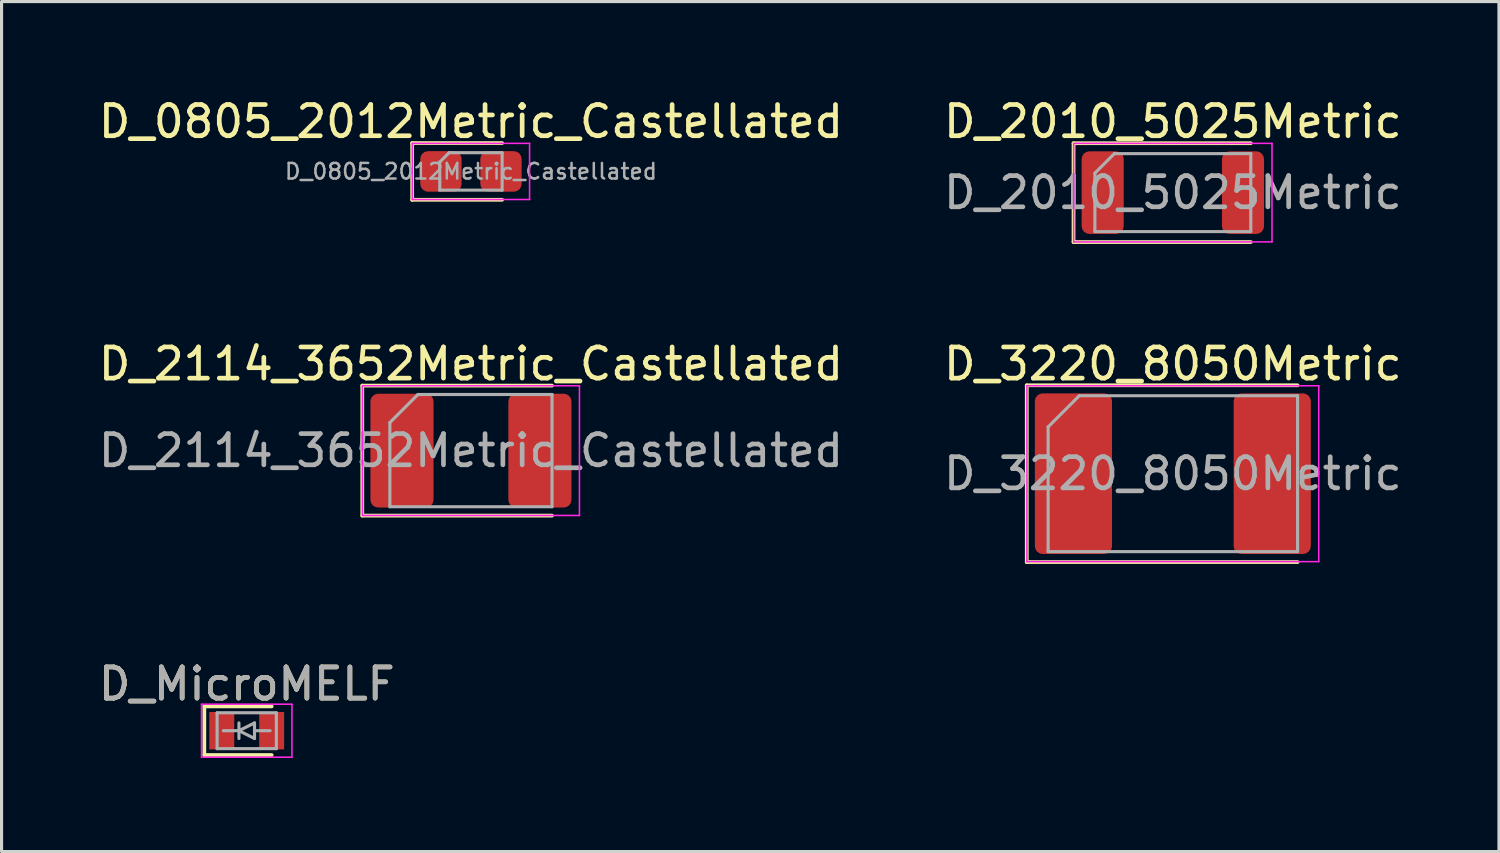
<source format=kicad_pcb>
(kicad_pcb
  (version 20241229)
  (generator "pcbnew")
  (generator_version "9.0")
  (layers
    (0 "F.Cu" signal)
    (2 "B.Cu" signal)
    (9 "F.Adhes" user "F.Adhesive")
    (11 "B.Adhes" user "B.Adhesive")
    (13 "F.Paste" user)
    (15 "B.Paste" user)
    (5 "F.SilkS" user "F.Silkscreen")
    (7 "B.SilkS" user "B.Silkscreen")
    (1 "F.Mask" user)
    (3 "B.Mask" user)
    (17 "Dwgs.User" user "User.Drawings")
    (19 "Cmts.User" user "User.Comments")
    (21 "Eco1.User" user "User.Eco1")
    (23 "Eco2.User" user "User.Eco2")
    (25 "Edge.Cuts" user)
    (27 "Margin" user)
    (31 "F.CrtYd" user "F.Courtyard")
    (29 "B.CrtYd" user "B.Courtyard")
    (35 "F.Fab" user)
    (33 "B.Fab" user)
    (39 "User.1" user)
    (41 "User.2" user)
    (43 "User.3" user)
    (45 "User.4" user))
  (footprint "D_3220_8050Metric"
    (layer "F.Cu")
    (at 34.565 12.142)
    (property "Reference" "D_3220_8050Metric" (at 0 -3.52 0) (layer "F.SilkS") (effects (font (size 1 1) (thickness 0.15))))
    (attr smd)
    (fp_line (start -4.685 -2.835) (end -4.685 2.835) (stroke (width 0.12) (type solid)) (layer "F.SilkS"))
    (fp_line (start -4.685 2.835) (end 4 2.835) (stroke (width 0.12) (type solid)) (layer "F.SilkS"))
    (fp_line (start 4 -2.835) (end -4.685 -2.835) (stroke (width 0.12) (type solid)) (layer "F.SilkS"))
    (fp_line (start -4.68 -2.82) (end 4.68 -2.82) (stroke (width 0.05) (type solid)) (layer "F.CrtYd"))
    (fp_line (start -4.68 2.82) (end -4.68 -2.82) (stroke (width 0.05) (type solid)) (layer "F.CrtYd"))
    (fp_line (start 4.68 -2.82) (end 4.68 2.82) (stroke (width 0.05) (type solid)) (layer "F.CrtYd"))
    (fp_line (start 4.68 2.82) (end -4.68 2.82) (stroke (width 0.05) (type solid)) (layer "F.CrtYd"))
    (fp_line (start -4 -1.5) (end -4 2.5) (stroke (width 0.1) (type solid)) (layer "F.Fab"))
    (fp_line (start -4 2.5) (end 4 2.5) (stroke (width 0.1) (type solid)) (layer "F.Fab"))
    (fp_line (start -3 -2.5) (end -4 -1.5) (stroke (width 0.1) (type solid)) (layer "F.Fab"))
    (fp_line (start 4 -2.5) (end -3 -2.5) (stroke (width 0.1) (type solid)) (layer "F.Fab"))
    (fp_line (start 4 2.5) (end 4 -2.5) (stroke (width 0.1) (type solid)) (layer "F.Fab"))
    (fp_text user "${REFERENCE}" (at 0 0 0) (layer "F.Fab") (effects (font (size 1 1) (thickness 0.15))))
    (pad "1" smd roundrect (at -3.188 0) (size 2.475 5.15) (layers "F.Cu" "F.Mask" "F.Paste") (roundrect_rratio 0.101))
    (pad "2" smd roundrect (at 3.188 0) (size 2.475 5.15) (layers "F.Cu" "F.Mask" "F.Paste") (roundrect_rratio 0.101)))
  (footprint "D_2114_3652Metric_Castellated"
    (layer "F.Cu")
    (at 12.054 11.402)
    (property "Reference" "D_2114_3652Metric_Castellated" (at 0 -2.78 0) (layer "F.SilkS") (effects (font (size 1 1) (thickness 0.15))))
    (attr smd)
    (fp_line (start -3.485 -2.085) (end -3.485 2.085) (stroke (width 0.12) (type solid)) (layer "F.SilkS"))
    (fp_line (start -3.485 2.085) (end 2.6 2.085) (stroke (width 0.12) (type solid)) (layer "F.SilkS"))
    (fp_line (start 2.6 -2.085) (end -3.485 -2.085) (stroke (width 0.12) (type solid)) (layer "F.SilkS"))
    (fp_line (start -3.48 -2.08) (end 3.48 -2.08) (stroke (width 0.05) (type solid)) (layer "F.CrtYd"))
    (fp_line (start -3.48 2.08) (end -3.48 -2.08) (stroke (width 0.05) (type solid)) (layer "F.CrtYd"))
    (fp_line (start 3.48 -2.08) (end 3.48 2.08) (stroke (width 0.05) (type solid)) (layer "F.CrtYd"))
    (fp_line (start 3.48 2.08) (end -3.48 2.08) (stroke (width 0.05) (type solid)) (layer "F.CrtYd"))
    (fp_line (start -2.6 -0.9) (end -2.6 1.8) (stroke (width 0.1) (type solid)) (layer "F.Fab"))
    (fp_line (start -2.6 1.8) (end 2.6 1.8) (stroke (width 0.1) (type solid)) (layer "F.Fab"))
    (fp_line (start -1.7 -1.8) (end -2.6 -0.9) (stroke (width 0.1) (type solid)) (layer "F.Fab"))
    (fp_line (start 2.6 -1.8) (end -1.7 -1.8) (stroke (width 0.1) (type solid)) (layer "F.Fab"))
    (fp_line (start 2.6 1.8) (end 2.6 -1.8) (stroke (width 0.1) (type solid)) (layer "F.Fab"))
    (fp_text user "${REFERENCE}" (at 0 0 0) (layer "F.Fab") (effects (font (size 1 1) (thickness 0.15))))
    (pad "1" smd roundrect (at -2.212 0) (size 2.025 3.65) (layers "F.Cu" "F.Mask" "F.Paste") (roundrect_rratio 0.123))
    (pad "2" smd roundrect (at 2.212 0) (size 2.025 3.65) (layers "F.Cu" "F.Mask" "F.Paste") (roundrect_rratio 0.123)))
  (footprint "D_MicroMELF"
    (layer "F.Cu")
    (at 4.863 20.385)
    (property "Reference" "D_MicroMELF" (at 0 -1.5 0) (layer "F.SilkS") (effects (font (size 1 1) (thickness 0.15))))
    (attr smd)
    (fp_line (start -1.36 -0.78) (end -1.36 0.78) (stroke (width 0.12) (type solid)) (layer "F.SilkS"))
    (fp_line (start -1.36 0.78) (end 0.8 0.78) (stroke (width 0.12) (type solid)) (layer "F.SilkS"))
    (fp_line (start 0.8 -0.78) (end -1.36 -0.78) (stroke (width 0.12) (type solid)) (layer "F.SilkS"))
    (fp_line (start -1.45 -0.85) (end -1.45 0.85) (stroke (width 0.05) (type solid)) (layer "F.CrtYd"))
    (fp_line (start -1.45 -0.85) (end 1.45 -0.85) (stroke (width 0.05) (type solid)) (layer "F.CrtYd"))
    (fp_line (start 1.45 0.85) (end -1.45 0.85) (stroke (width 0.05) (type solid)) (layer "F.CrtYd"))
    (fp_line (start 1.45 0.85) (end 1.45 -0.85) (stroke (width 0.05) (type solid)) (layer "F.CrtYd"))
    (fp_line (start -0.95 -0.575) (end 0.95 -0.575) (stroke (width 0.1) (type solid)) (layer "F.Fab"))
    (fp_line (start -0.95 0.575) (end -0.95 -0.575) (stroke (width 0.1) (type solid)) (layer "F.Fab"))
    (fp_line (start -0.25 -0.25) (end -0.25 0.25) (stroke (width 0.1) (type solid)) (layer "F.Fab"))
    (fp_line (start -0.25 0) (end -0.75 0) (stroke (width 0.1) (type solid)) (layer "F.Fab"))
    (fp_line (start -0.25 0) (end 0.25 -0.25) (stroke (width 0.1) (type solid)) (layer "F.Fab"))
    (fp_line (start 0.25 -0.25) (end 0.25 0.25) (stroke (width 0.1) (type solid)) (layer "F.Fab"))
    (fp_line (start 0.25 0) (end 0.75 0) (stroke (width 0.1) (type solid)) (layer "F.Fab"))
    (fp_line (start 0.25 0.25) (end -0.25 0) (stroke (width 0.1) (type solid)) (layer "F.Fab"))
    (fp_line (start 0.95 -0.575) (end 0.95 0.575) (stroke (width 0.1) (type solid)) (layer "F.Fab"))
    (fp_line (start 0.95 0.575) (end -0.95 0.575) (stroke (width 0.1) (type solid)) (layer "F.Fab"))
    (fp_text user "${REFERENCE}" (at 0 -1.5 0) (layer "F.Fab") (effects (font (size 1 1) (thickness 0.15))))
    (pad "1" smd rect (at -0.8 0) (size 0.8 1.2) (layers "F.Cu" "F.Mask" "F.Paste"))
    (pad "2" smd rect (at 0.8 0) (size 0.8 1.2) (layers "F.Cu" "F.Mask" "F.Paste")))
  (footprint "D_2010_5025Metric"
    (layer "F.Cu")
    (at 34.565 3.128)
    (property "Reference" "D_2010_5025Metric" (at 0 -2.28 0) (layer "F.SilkS") (effects (font (size 1 1) (thickness 0.15))))
    (attr smd)
    (fp_line (start -3.185 -1.585) (end -3.185 1.585) (stroke (width 0.12) (type solid)) (layer "F.SilkS"))
    (fp_line (start -3.185 1.585) (end 2.5 1.585) (stroke (width 0.12) (type solid)) (layer "F.SilkS"))
    (fp_line (start 2.5 -1.585) (end -3.185 -1.585) (stroke (width 0.12) (type solid)) (layer "F.SilkS"))
    (fp_line (start -3.18 -1.58) (end 3.18 -1.58) (stroke (width 0.05) (type solid)) (layer "F.CrtYd"))
    (fp_line (start -3.18 1.58) (end -3.18 -1.58) (stroke (width 0.05) (type solid)) (layer "F.CrtYd"))
    (fp_line (start 3.18 -1.58) (end 3.18 1.58) (stroke (width 0.05) (type solid)) (layer "F.CrtYd"))
    (fp_line (start 3.18 1.58) (end -3.18 1.58) (stroke (width 0.05) (type solid)) (layer "F.CrtYd"))
    (fp_line (start -2.5 -0.625) (end -2.5 1.25) (stroke (width 0.1) (type solid)) (layer "F.Fab"))
    (fp_line (start -2.5 1.25) (end 2.5 1.25) (stroke (width 0.1) (type solid)) (layer "F.Fab"))
    (fp_line (start -1.875 -1.25) (end -2.5 -0.625) (stroke (width 0.1) (type solid)) (layer "F.Fab"))
    (fp_line (start 2.5 -1.25) (end -1.875 -1.25) (stroke (width 0.1) (type solid)) (layer "F.Fab"))
    (fp_line (start 2.5 1.25) (end 2.5 -1.25) (stroke (width 0.1) (type solid)) (layer "F.Fab"))
    (fp_text user "${REFERENCE}" (at 0 0 0) (layer "F.Fab") (effects (font (size 1 1) (thickness 0.15))))
    (pad "1" smd roundrect (at -2.25 0) (size 1.35 2.65) (layers "F.Cu" "F.Mask" "F.Paste") (roundrect_rratio 0.185))
    (pad "2" smd roundrect (at 2.25 0) (size 1.35 2.65) (layers "F.Cu" "F.Mask" "F.Paste") (roundrect_rratio 0.185)))
  (footprint "D_0805_2012Metric_Castellated"
    (layer "F.Cu")
    (at 12.054 2.448)
    (property "Reference" "D_0805_2012Metric_Castellated" (at 0 -1.6 0) (layer "F.SilkS") (effects (font (size 1 1) (thickness 0.15))))
    (attr smd)
    (fp_line (start -1.885 -0.91) (end -1.885 0.91) (stroke (width 0.12) (type solid)) (layer "F.SilkS"))
    (fp_line (start -1.885 0.91) (end 1 0.91) (stroke (width 0.12) (type solid)) (layer "F.SilkS"))
    (fp_line (start 1 -0.91) (end -1.885 -0.91) (stroke (width 0.12) (type solid)) (layer "F.SilkS"))
    (fp_line (start -1.88 -0.9) (end 1.88 -0.9) (stroke (width 0.05) (type solid)) (layer "F.CrtYd"))
    (fp_line (start -1.88 0.9) (end -1.88 -0.9) (stroke (width 0.05) (type solid)) (layer "F.CrtYd"))
    (fp_line (start 1.88 -0.9) (end 1.88 0.9) (stroke (width 0.05) (type solid)) (layer "F.CrtYd"))
    (fp_line (start 1.88 0.9) (end -1.88 0.9) (stroke (width 0.05) (type solid)) (layer "F.CrtYd"))
    (fp_line (start -1 -0.3) (end -1 0.6) (stroke (width 0.1) (type solid)) (layer "F.Fab"))
    (fp_line (start -1 0.6) (end 1 0.6) (stroke (width 0.1) (type solid)) (layer "F.Fab"))
    (fp_line (start -0.7 -0.6) (end -1 -0.3) (stroke (width 0.1) (type solid)) (layer "F.Fab"))
    (fp_line (start 1 -0.6) (end -0.7 -0.6) (stroke (width 0.1) (type solid)) (layer "F.Fab"))
    (fp_line (start 1 0.6) (end 1 -0.6) (stroke (width 0.1) (type solid)) (layer "F.Fab"))
    (fp_text user "${REFERENCE}" (at 0 0 0) (layer "F.Fab") (effects (font (size 0.5 0.5) (thickness 0.08))))
    (pad "1" smd roundrect (at -0.963 0) (size 1.325 1.3) (layers "F.Cu" "F.Mask" "F.Paste") (roundrect_rratio 0.192))
    (pad "2" smd roundrect (at 0.963 0) (size 1.325 1.3) (layers "F.Cu" "F.Mask" "F.Paste") (roundrect_rratio 0.192)))
  (gr_rect
    (start -3 -3)
    (end 45.024 24.26)
    (stroke (width 0.1) (type default))
    (fill no)
    (layer "Edge.Cuts")))
</source>
